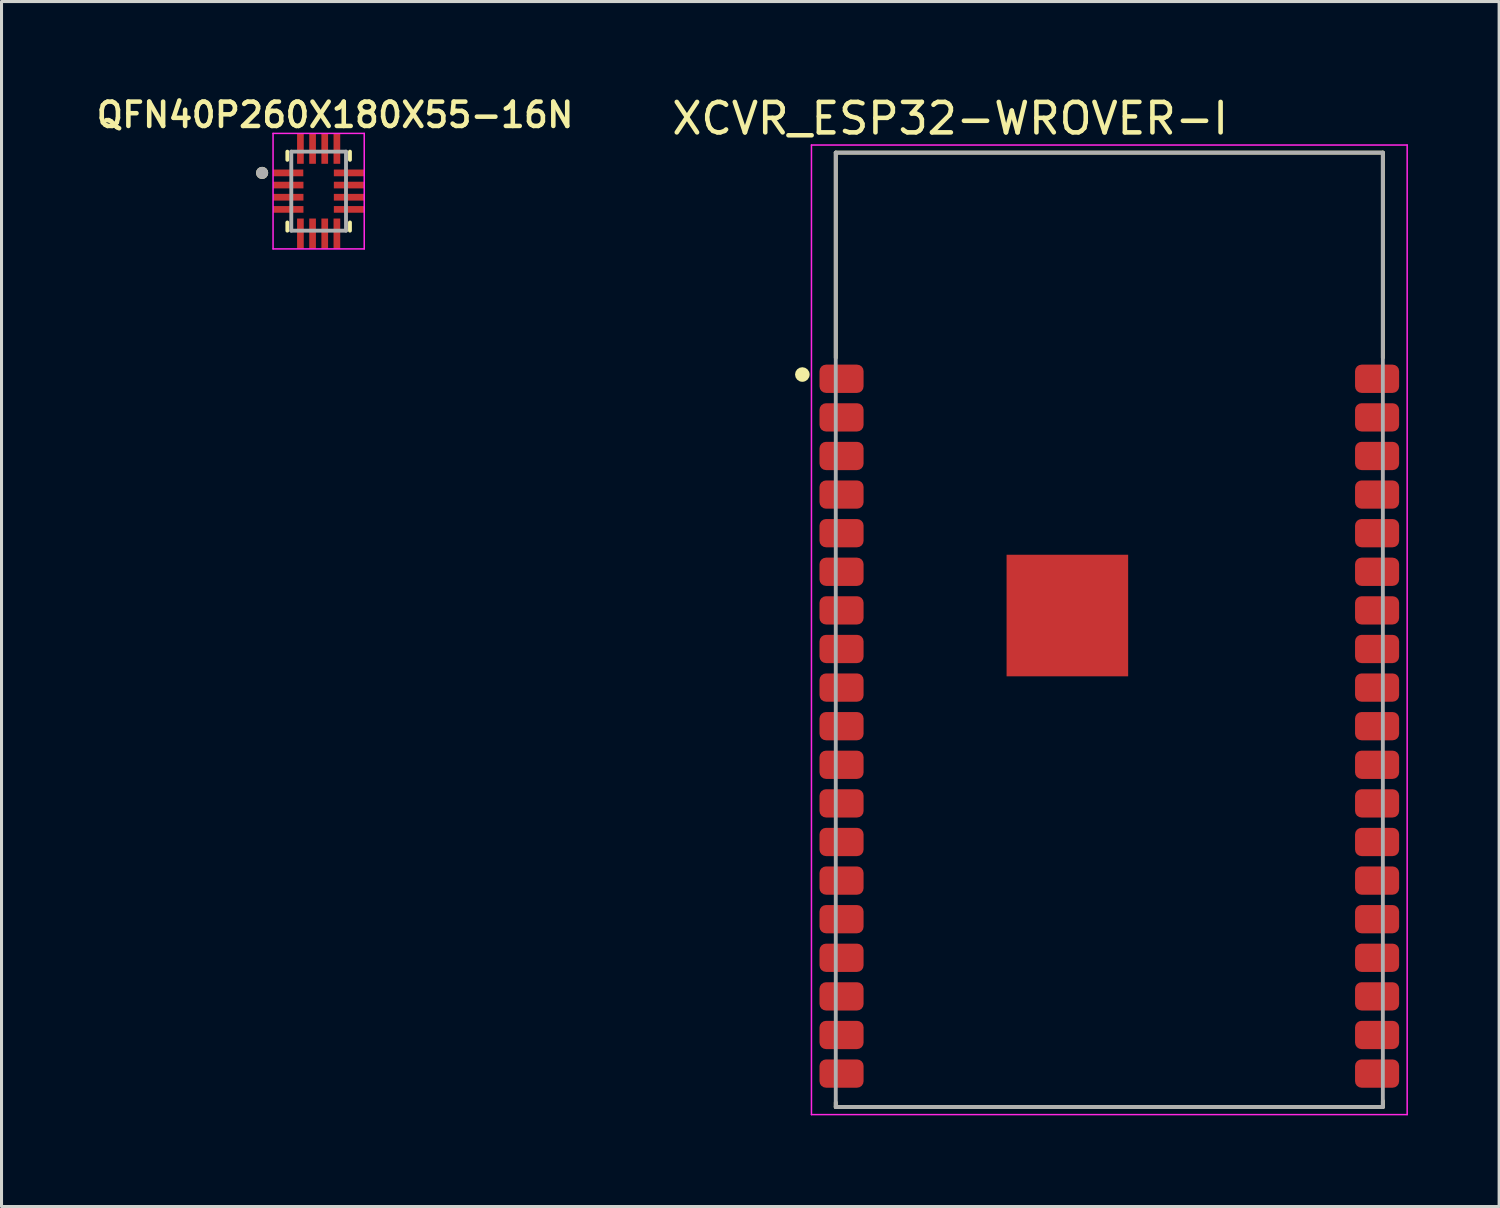
<source format=kicad_pcb>
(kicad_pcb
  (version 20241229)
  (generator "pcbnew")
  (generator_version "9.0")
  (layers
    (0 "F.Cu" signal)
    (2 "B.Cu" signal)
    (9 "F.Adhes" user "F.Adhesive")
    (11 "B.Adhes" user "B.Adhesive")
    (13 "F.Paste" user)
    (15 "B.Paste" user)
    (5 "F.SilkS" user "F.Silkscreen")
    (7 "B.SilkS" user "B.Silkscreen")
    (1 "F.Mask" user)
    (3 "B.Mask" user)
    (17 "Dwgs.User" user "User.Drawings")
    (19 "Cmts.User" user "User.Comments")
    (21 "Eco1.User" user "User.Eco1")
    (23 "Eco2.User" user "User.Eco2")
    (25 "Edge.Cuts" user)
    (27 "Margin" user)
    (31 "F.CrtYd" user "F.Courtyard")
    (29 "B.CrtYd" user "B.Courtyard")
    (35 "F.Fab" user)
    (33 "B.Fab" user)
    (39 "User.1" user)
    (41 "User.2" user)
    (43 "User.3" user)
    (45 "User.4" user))
  (footprint "XCVR_ESP32-WROVER-I"
    (layer "F.Cu")
    (at 33.448 17.672)
    (property "Reference" "XCVR_ESP32-WROVER-I" (at -5.237 -16.823 0) (layer "F.SilkS") (effects (font (size 1.002 1.002) (thickness 0.15))))
    (attr through_hole)
    (fp_line (start -9 -15.7) (end 9 -15.7) (stroke (width 0.127) (type solid)) (layer "F.SilkS"))
    (fp_line (start -9 -8.95) (end -9 -15.7) (stroke (width 0.127) (type solid)) (layer "F.SilkS"))
    (fp_line (start -9 15.55) (end -9 15.7) (stroke (width 0.127) (type solid)) (layer "F.SilkS"))
    (fp_line (start -9 15.7) (end 9 15.7) (stroke (width 0.127) (type solid)) (layer "F.SilkS"))
    (fp_line (start 9 -15.7) (end 9 -8.95) (stroke (width 0.127) (type solid)) (layer "F.SilkS"))
    (fp_line (start 9 15.7) (end 9 15.5) (stroke (width 0.127) (type solid)) (layer "F.SilkS"))
    (fp_circle (center -10.1 -8.4) (end -9.98 -8.4) (stroke (width 0.24) (type solid)) (fill no) (layer "F.SilkS"))
    (fp_poly (pts (xy -2.648 -1.735) (xy -0.115 -1.735) (xy -0.115 0.796) (xy -2.648 0.796)) (stroke (width 0.01) (type solid)) (fill yes) (layer "F.Paste"))
    (fp_line (start -9.8 -15.95) (end 9.8 -15.95) (stroke (width 0.05) (type solid)) (layer "F.CrtYd"))
    (fp_line (start -9.8 15.95) (end -9.8 -15.95) (stroke (width 0.05) (type solid)) (layer "F.CrtYd"))
    (fp_line (start 9.8 -15.95) (end 9.8 15.95) (stroke (width 0.05) (type solid)) (layer "F.CrtYd"))
    (fp_line (start 9.8 15.95) (end -9.8 15.95) (stroke (width 0.05) (type solid)) (layer "F.CrtYd"))
    (fp_line (start -9 -15.7) (end 9 -15.7) (stroke (width 0.127) (type solid)) (layer "F.Fab"))
    (fp_line (start -9 15.7) (end -9 -15.7) (stroke (width 0.127) (type solid)) (layer "F.Fab"))
    (fp_line (start 9 -15.7) (end 9 15.7) (stroke (width 0.127) (type solid)) (layer "F.Fab"))
    (fp_line (start 9 15.7) (end -9 15.7) (stroke (width 0.127) (type solid)) (layer "F.Fab"))
    (pad "1" smd roundrect (at -8.81 -8.26) (size 1.45 0.93) (layers "F.Cu" "F.Mask" "F.Paste") (roundrect_rratio 0.23))
    (pad "2" smd roundrect (at -8.81 -6.99) (size 1.45 0.93) (layers "F.Cu" "F.Mask" "F.Paste") (roundrect_rratio 0.23))
    (pad "3" smd roundrect (at -8.81 -5.72) (size 1.45 0.93) (layers "F.Cu" "F.Mask" "F.Paste") (roundrect_rratio 0.23))
    (pad "4" smd roundrect (at -8.81 -4.45) (size 1.45 0.93) (layers "F.Cu" "F.Mask" "F.Paste") (roundrect_rratio 0.23))
    (pad "5" smd roundrect (at -8.81 -3.18) (size 1.45 0.93) (layers "F.Cu" "F.Mask" "F.Paste") (roundrect_rratio 0.23))
    (pad "6" smd roundrect (at -8.81 -1.91) (size 1.45 0.93) (layers "F.Cu" "F.Mask" "F.Paste") (roundrect_rratio 0.23))
    (pad "7" smd roundrect (at -8.81 -0.64) (size 1.45 0.93) (layers "F.Cu" "F.Mask" "F.Paste") (roundrect_rratio 0.23))
    (pad "8" smd roundrect (at -8.81 0.63) (size 1.45 0.93) (layers "F.Cu" "F.Mask" "F.Paste") (roundrect_rratio 0.23))
    (pad "9" smd roundrect (at -8.81 1.9) (size 1.45 0.93) (layers "F.Cu" "F.Mask" "F.Paste") (roundrect_rratio 0.23))
    (pad "10" smd roundrect (at -8.81 3.17) (size 1.45 0.93) (layers "F.Cu" "F.Mask" "F.Paste") (roundrect_rratio 0.23))
    (pad "11" smd roundrect (at -8.81 4.44) (size 1.45 0.93) (layers "F.Cu" "F.Mask" "F.Paste") (roundrect_rratio 0.23))
    (pad "12" smd roundrect (at -8.81 5.71) (size 1.45 0.93) (layers "F.Cu" "F.Mask" "F.Paste") (roundrect_rratio 0.23))
    (pad "13" smd roundrect (at -8.81 6.98) (size 1.45 0.93) (layers "F.Cu" "F.Mask" "F.Paste") (roundrect_rratio 0.23))
    (pad "14" smd roundrect (at -8.81 8.25) (size 1.45 0.93) (layers "F.Cu" "F.Mask" "F.Paste") (roundrect_rratio 0.23))
    (pad "15" smd roundrect (at -8.81 9.52) (size 1.45 0.93) (layers "F.Cu" "F.Mask" "F.Paste") (roundrect_rratio 0.23))
    (pad "16" smd roundrect (at -8.81 10.79) (size 1.45 0.93) (layers "F.Cu" "F.Mask" "F.Paste") (roundrect_rratio 0.23))
    (pad "17" smd roundrect (at -8.81 12.06) (size 1.45 0.93) (layers "F.Cu" "F.Mask" "F.Paste") (roundrect_rratio 0.23))
    (pad "18" smd roundrect (at -8.81 13.33) (size 1.45 0.93) (layers "F.Cu" "F.Mask" "F.Paste") (roundrect_rratio 0.23))
    (pad "19" smd roundrect (at -8.81 14.6) (size 1.45 0.93) (layers "F.Cu" "F.Mask" "F.Paste") (roundrect_rratio 0.23))
    (pad "20" smd roundrect (at 8.81 14.6 180) (size 1.45 0.93) (layers "F.Cu" "F.Mask" "F.Paste") (roundrect_rratio 0.23))
    (pad "21" smd roundrect (at 8.81 13.33 180) (size 1.45 0.93) (layers "F.Cu" "F.Mask" "F.Paste") (roundrect_rratio 0.23))
    (pad "22" smd roundrect (at 8.81 12.06 180) (size 1.45 0.93) (layers "F.Cu" "F.Mask" "F.Paste") (roundrect_rratio 0.23))
    (pad "23" smd roundrect (at 8.81 10.79 180) (size 1.45 0.93) (layers "F.Cu" "F.Mask" "F.Paste") (roundrect_rratio 0.23))
    (pad "24" smd roundrect (at 8.81 9.52 180) (size 1.45 0.93) (layers "F.Cu" "F.Mask" "F.Paste") (roundrect_rratio 0.23))
    (pad "25" smd roundrect (at 8.81 8.25 180) (size 1.45 0.93) (layers "F.Cu" "F.Mask" "F.Paste") (roundrect_rratio 0.23))
    (pad "26" smd roundrect (at 8.81 6.98 180) (size 1.45 0.93) (layers "F.Cu" "F.Mask" "F.Paste") (roundrect_rratio 0.23))
    (pad "27" smd roundrect (at 8.81 5.71 180) (size 1.45 0.93) (layers "F.Cu" "F.Mask" "F.Paste") (roundrect_rratio 0.23))
    (pad "28" smd roundrect (at 8.81 4.44 180) (size 1.45 0.93) (layers "F.Cu" "F.Mask" "F.Paste") (roundrect_rratio 0.23))
    (pad "29" smd roundrect (at 8.81 3.17 180) (size 1.45 0.93) (layers "F.Cu" "F.Mask" "F.Paste") (roundrect_rratio 0.23))
    (pad "30" smd roundrect (at 8.81 1.9 180) (size 1.45 0.93) (layers "F.Cu" "F.Mask" "F.Paste") (roundrect_rratio 0.23))
    (pad "31" smd roundrect (at 8.81 0.63 180) (size 1.45 0.93) (layers "F.Cu" "F.Mask" "F.Paste") (roundrect_rratio 0.23))
    (pad "32" smd roundrect (at 8.81 -0.64 180) (size 1.45 0.93) (layers "F.Cu" "F.Mask" "F.Paste") (roundrect_rratio 0.23))
    (pad "33" smd roundrect (at 8.81 -1.91 180) (size 1.45 0.93) (layers "F.Cu" "F.Mask" "F.Paste") (roundrect_rratio 0.23))
    (pad "34" smd roundrect (at 8.81 -3.18 180) (size 1.45 0.93) (layers "F.Cu" "F.Mask" "F.Paste") (roundrect_rratio 0.23))
    (pad "35" smd roundrect (at 8.81 -4.45 180) (size 1.45 0.93) (layers "F.Cu" "F.Mask" "F.Paste") (roundrect_rratio 0.23))
    (pad "36" smd roundrect (at 8.81 -5.72 180) (size 1.45 0.93) (layers "F.Cu" "F.Mask" "F.Paste") (roundrect_rratio 0.23))
    (pad "37" smd roundrect (at 8.81 -6.99 180) (size 1.45 0.93) (layers "F.Cu" "F.Mask" "F.Paste") (roundrect_rratio 0.23))
    (pad "38" smd roundrect (at 8.81 -8.26 180) (size 1.45 0.93) (layers "F.Cu" "F.Mask" "F.Paste") (roundrect_rratio 0.23))
    (pad "39" smd rect (at -1.38 -0.47) (size 4 4) (layers "F.Cu" "F.Mask"))
    (zone (net_name "") (layer "F.Cu") (hatch full 0.508) (connect_pads) (min_thickness 0.01) (filled_areas_thickness no) (keepout (tracks not_allowed) (vias not_allowed) (pads not_allowed) (copperpour not_allowed) (footprints allowed)) (placement (enabled no)) (fill) (polygon (pts (xy 24.418 1.972) (xy 42.448 1.972) (xy 42.448 8.341) (xy 24.418 8.341))))
    (zone (net_name "") (layers "F.Cu" "B.Cu") (hatch full 0.508) (connect_pads) (min_thickness 0.01) (filled_areas_thickness no) (keepout (tracks allowed) (vias not_allowed) (pads allowed) (copperpour allowed) (footprints allowed)) (placement (enabled no)) (fill) (polygon (pts (xy 24.425 1.972) (xy 42.448 1.972) (xy 42.448 8.348) (xy 24.425 8.348))))
    (zone (net_name "") (layer "B.Cu") (hatch full 0.508) (connect_pads) (min_thickness 0.01) (filled_areas_thickness no) (keepout (tracks not_allowed) (vias not_allowed) (pads not_allowed) (copperpour not_allowed) (footprints allowed)) (placement (enabled no)) (fill) (polygon (pts (xy 24.419 1.972) (xy 42.448 1.972) (xy 42.448 8.342) (xy 24.419 8.342)))))
  (footprint "QFN40P260X180X55-16N"
    (layer "F.Cu")
    (at 7.434 3.239)
    (property "Reference" "QFN40P260X180X55-16N" (at 0.54 -2.508 0) (layer "F.SilkS") (effects (font (size 0.8 0.8) (thickness 0.15))))
    (attr through_hole)
    (fp_line (start -1.03 -1.3) (end -1.03 -1.03) (stroke (width 0.127) (type solid)) (layer "F.SilkS"))
    (fp_line (start -1.03 1.3) (end -1.03 1.03) (stroke (width 0.127) (type solid)) (layer "F.SilkS"))
    (fp_line (start 1.03 -1.3) (end 1.03 -1.03) (stroke (width 0.127) (type solid)) (layer "F.SilkS"))
    (fp_line (start 1.03 1.3) (end 1.03 1.03) (stroke (width 0.127) (type solid)) (layer "F.SilkS"))
    (fp_circle (center -1.86 -0.6) (end -1.76 -0.6) (stroke (width 0.2) (type solid)) (fill no) (layer "F.SilkS"))
    (fp_line (start -1.5 -1.9) (end 1.5 -1.9) (stroke (width 0.05) (type solid)) (layer "F.CrtYd"))
    (fp_line (start -1.5 1.9) (end -1.5 -1.9) (stroke (width 0.05) (type solid)) (layer "F.CrtYd"))
    (fp_line (start -1.5 1.9) (end 1.5 1.9) (stroke (width 0.05) (type solid)) (layer "F.CrtYd"))
    (fp_line (start 1.5 1.9) (end 1.5 -1.9) (stroke (width 0.05) (type solid)) (layer "F.CrtYd"))
    (fp_line (start -0.9 1.3) (end -0.9 -1.3) (stroke (width 0.127) (type solid)) (layer "F.Fab"))
    (fp_line (start 0.9 -1.3) (end -0.9 -1.3) (stroke (width 0.127) (type solid)) (layer "F.Fab"))
    (fp_line (start 0.9 1.3) (end -0.9 1.3) (stroke (width 0.127) (type solid)) (layer "F.Fab"))
    (fp_line (start 0.9 1.3) (end 0.9 -1.3) (stroke (width 0.127) (type solid)) (layer "F.Fab"))
    (fp_circle (center -1.86 -0.6) (end -1.76 -0.6) (stroke (width 0.2) (type solid)) (fill no) (layer "F.Fab"))
    (pad "1" smd roundrect (at -1.005 -0.6) (size 1 0.22) (layers "F.Cu" "F.Mask" "F.Paste") (roundrect_rratio 0.03))
    (pad "2" smd roundrect (at -1 -0.2) (size 1 0.22) (layers "F.Cu" "F.Mask" "F.Paste") (roundrect_rratio 0.03))
    (pad "3" smd roundrect (at -1 0.2) (size 1 0.22) (layers "F.Cu" "F.Mask" "F.Paste") (roundrect_rratio 0.03))
    (pad "4" smd roundrect (at -1 0.6) (size 1 0.22) (layers "F.Cu" "F.Mask" "F.Paste") (roundrect_rratio 0.03))
    (pad "5" smd roundrect (at -0.6 1.4 90) (size 1 0.22) (layers "F.Cu" "F.Mask" "F.Paste") (roundrect_rratio 0.03))
    (pad "6" smd roundrect (at -0.2 1.4 90) (size 1 0.22) (layers "F.Cu" "F.Mask" "F.Paste") (roundrect_rratio 0.03))
    (pad "7" smd roundrect (at 0.2 1.4 90) (size 1 0.22) (layers "F.Cu" "F.Mask" "F.Paste") (roundrect_rratio 0.03))
    (pad "8" smd roundrect (at 0.6 1.4 90) (size 1 0.22) (layers "F.Cu" "F.Mask" "F.Paste") (roundrect_rratio 0.03))
    (pad "9" smd roundrect (at 1 0.6) (size 1 0.22) (layers "F.Cu" "F.Mask" "F.Paste") (roundrect_rratio 0.03))
    (pad "10" smd roundrect (at 1 0.2) (size 1 0.22) (layers "F.Cu" "F.Mask" "F.Paste") (roundrect_rratio 0.03))
    (pad "11" smd roundrect (at 1 -0.2) (size 1 0.22) (layers "F.Cu" "F.Mask" "F.Paste") (roundrect_rratio 0.03))
    (pad "12" smd roundrect (at 1 -0.6) (size 1 0.22) (layers "F.Cu" "F.Mask" "F.Paste") (roundrect_rratio 0.03))
    (pad "13" smd roundrect (at 0.6 -1.4 90) (size 1 0.22) (layers "F.Cu" "F.Mask" "F.Paste") (roundrect_rratio 0.03))
    (pad "14" smd roundrect (at 0.2 -1.4 90) (size 1 0.22) (layers "F.Cu" "F.Mask" "F.Paste") (roundrect_rratio 0.03))
    (pad "15" smd roundrect (at -0.2 -1.4 90) (size 1 0.22) (layers "F.Cu" "F.Mask" "F.Paste") (roundrect_rratio 0.03))
    (pad "16" smd roundrect (at -0.6 -1.4 90) (size 1 0.22) (layers "F.Cu" "F.Mask" "F.Paste") (roundrect_rratio 0.03)))
  (gr_rect
    (start -3 -3)
    (end 46.273 36.647)
    (stroke (width 0.1) (type default))
    (fill no)
    (layer "Edge.Cuts")))
</source>
